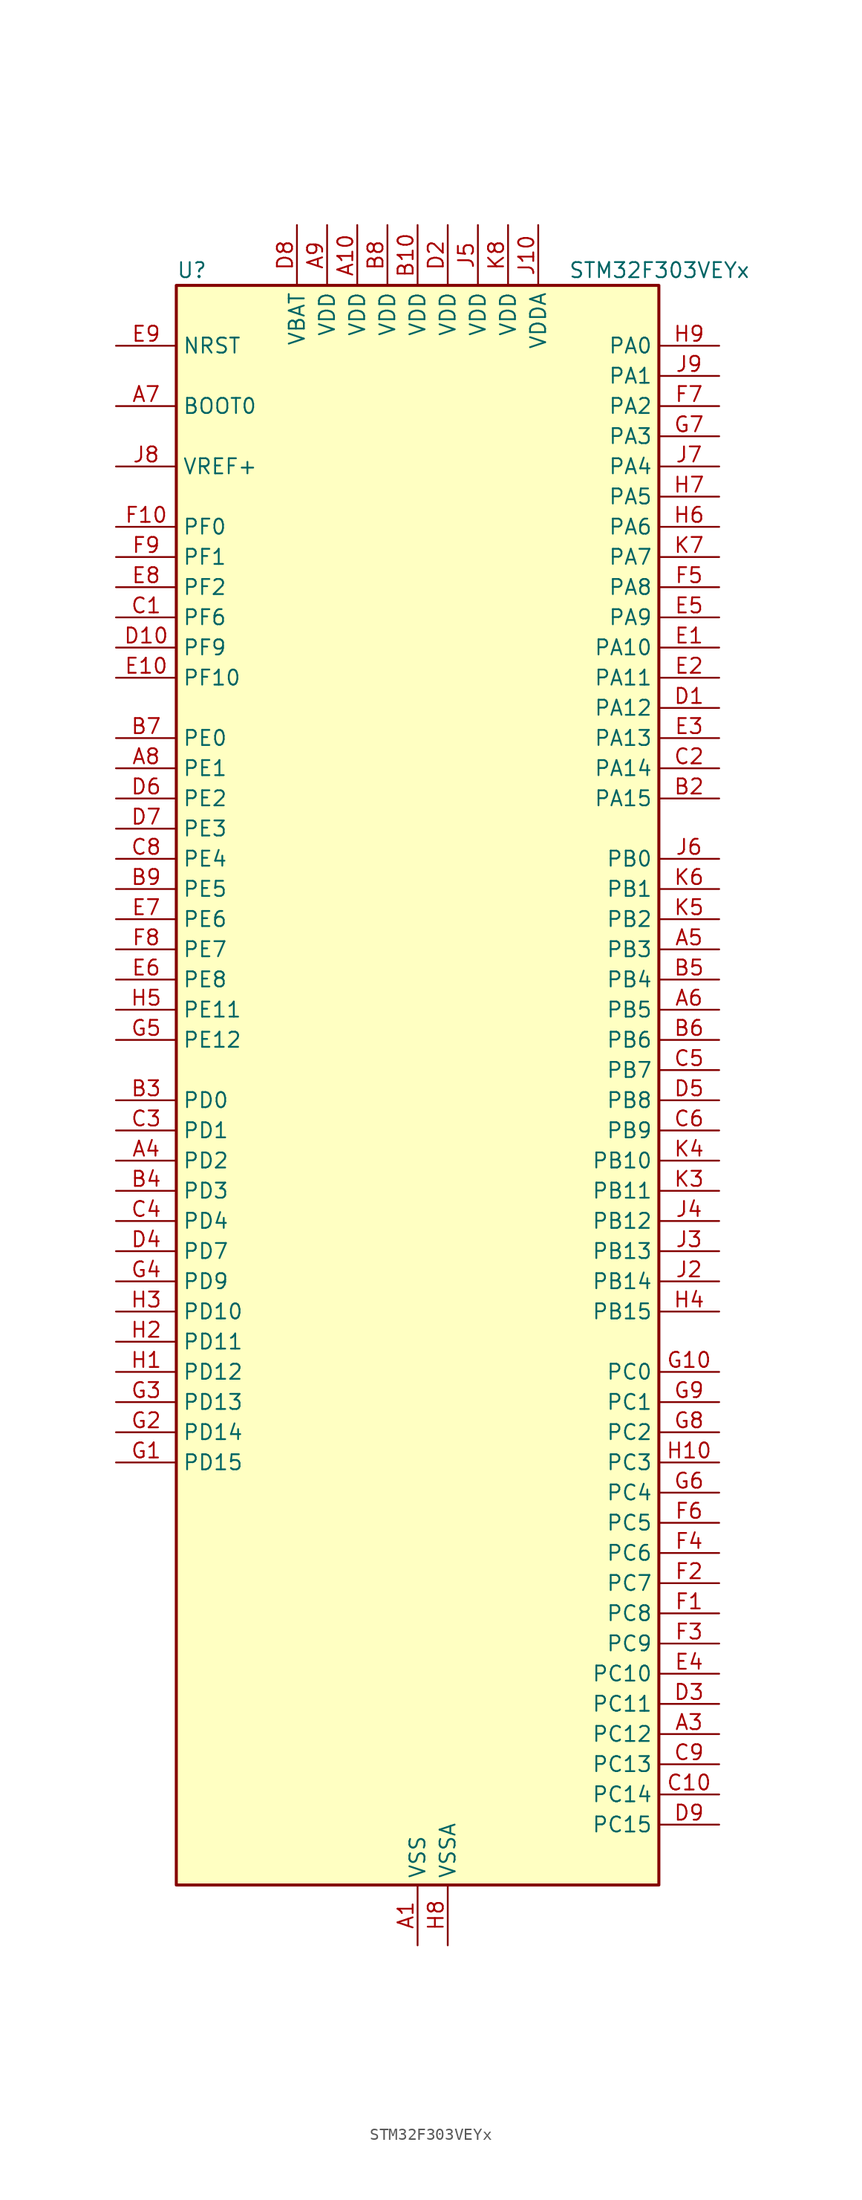
<source format=kicad_sym>
(kicad_symbol_lib
  (version 20241209)
  (generator "kicad_symbol_editor")
  (generator_version "9.0")
  (symbol "STM32F303VEYx"
    (property "Reference" "U"
      (at -20.32 69.85 0)
      (effects (font (size 1.27 1.27)) (justify left)))
    (property "Value" "STM32F303VEYx"
      (at 12.7 69.85 0)
      (effects (font (size 1.27 1.27)) (justify left)))
    (symbol "STM32F303VEYx_0_1"
      (rectangle (start -20.32 -66.04) (end 20.32 68.58) (stroke (width 0.254) (type default)) (fill (type background))))
    (symbol "STM32F303VEYx_1_1"
      (pin input line (at -25.4 63.5 0) (length 5.08) (name "NRST" (effects (font (size 1.27 1.27)))) (number "E9" (effects (font (size 1.27 1.27)))))
      (pin input line (at -25.4 58.42 0) (length 5.08) (name "BOOT0" (effects (font (size 1.27 1.27)))) (number "A7" (effects (font (size 1.27 1.27)))))
      (pin input line (at -25.4 53.34 0) (length 5.08) (name "VREF+" (effects (font (size 1.27 1.27)))) (number "J8" (effects (font (size 1.27 1.27)))))
      (pin bidirectional line (at -25.4 48.26 0) (length 5.08) (name "PF0" (effects (font (size 1.27 1.27)))) (number "F10" (effects (font (size 1.27 1.27)))) (alternate "I2C2_SDA" bidirectional line) (alternate "I2S2_WS" bidirectional line) (alternate "RCC_OSC_IN" bidirectional line) (alternate "SPI2_NSS" bidirectional line) (alternate "TIM1_CH3N" bidirectional line))
      (pin bidirectional line (at -25.4 45.72 0) (length 5.08) (name "PF1" (effects (font (size 1.27 1.27)))) (number "F9" (effects (font (size 1.27 1.27)))) (alternate "I2C2_SCL" bidirectional line) (alternate "I2S2_CK" bidirectional line) (alternate "RCC_OSC_OUT" bidirectional line) (alternate "SPI2_SCK" bidirectional line))
      (pin bidirectional line (at -25.4 43.18 0) (length 5.08) (name "PF2" (effects (font (size 1.27 1.27)))) (number "E8" (effects (font (size 1.27 1.27)))) (alternate "ADC1_IN10" bidirectional line) (alternate "ADC2_IN10" bidirectional line) (alternate "ADC3_EXTI2" bidirectional line) (alternate "ADC4_EXTI2" bidirectional line) (alternate "FMC_A2" bidirectional line) (alternate "TIM20_CH3" bidirectional line))
      (pin bidirectional line (at -25.4 40.64 0) (length 5.08) (name "PF6" (effects (font (size 1.27 1.27)))) (number "C1" (effects (font (size 1.27 1.27)))) (alternate "FMC_NIORD" bidirectional line) (alternate "I2C2_SCL" bidirectional line) (alternate "TIM4_CH4" bidirectional line) (alternate "USART3_DE" bidirectional line) (alternate "USART3_RTS" bidirectional line))
      (pin bidirectional line (at -25.4 38.1 0) (length 5.08) (name "PF9" (effects (font (size 1.27 1.27)))) (number "D10" (effects (font (size 1.27 1.27)))) (alternate "DAC1_EXTI9" bidirectional line) (alternate "FMC_CD" bidirectional line) (alternate "SPI2_SCK" bidirectional line) (alternate "TIM15_CH1" bidirectional line) (alternate "TIM20_BKIN" bidirectional line))
      (pin bidirectional line (at -25.4 35.56 0) (length 5.08) (name "PF10" (effects (font (size 1.27 1.27)))) (number "E10" (effects (font (size 1.27 1.27)))) (alternate "FMC_INTR" bidirectional line) (alternate "SPI2_SCK" bidirectional line) (alternate "TIM15_CH2" bidirectional line) (alternate "TIM20_BKIN2" bidirectional line))
      (pin bidirectional line (at -25.4 30.48 0) (length 5.08) (name "PE0" (effects (font (size 1.27 1.27)))) (number "B7" (effects (font (size 1.27 1.27)))) (alternate "FMC_NBL0" bidirectional line) (alternate "TIM16_CH1" bidirectional line) (alternate "TIM20_ETR" bidirectional line) (alternate "TIM4_ETR" bidirectional line) (alternate "USART1_TX" bidirectional line))
      (pin bidirectional line (at -25.4 27.94 0) (length 5.08) (name "PE1" (effects (font (size 1.27 1.27)))) (number "A8" (effects (font (size 1.27 1.27)))) (alternate "FMC_NBL1" bidirectional line) (alternate "TIM17_CH1" bidirectional line) (alternate "TIM20_CH4" bidirectional line) (alternate "USART1_RX" bidirectional line))
      (pin bidirectional line (at -25.4 25.4 0) (length 5.08) (name "PE2" (effects (font (size 1.27 1.27)))) (number "D6" (effects (font (size 1.27 1.27)))) (alternate "ADC3_EXTI2" bidirectional line) (alternate "ADC4_EXTI2" bidirectional line) (alternate "FMC_A23" bidirectional line) (alternate "SPI4_SCK" bidirectional line) (alternate "SYS_TRACECK" bidirectional line) (alternate "TIM20_CH1" bidirectional line) (alternate "TIM3_CH1" bidirectional line) (alternate "TSC_G7_IO1" bidirectional line))
      (pin bidirectional line (at -25.4 22.86 0) (length 5.08) (name "PE3" (effects (font (size 1.27 1.27)))) (number "D7" (effects (font (size 1.27 1.27)))) (alternate "FMC_A19" bidirectional line) (alternate "SPI4_NSS" bidirectional line) (alternate "SYS_TRACED0" bidirectional line) (alternate "TIM20_CH2" bidirectional line) (alternate "TIM3_CH2" bidirectional line) (alternate "TSC_G7_IO2" bidirectional line))
      (pin bidirectional line (at -25.4 20.32 0) (length 5.08) (name "PE4" (effects (font (size 1.27 1.27)))) (number "C8" (effects (font (size 1.27 1.27)))) (alternate "FMC_A20" bidirectional line) (alternate "SPI4_NSS" bidirectional line) (alternate "SYS_TRACED1" bidirectional line) (alternate "TIM20_CH1N" bidirectional line) (alternate "TIM3_CH3" bidirectional line) (alternate "TSC_G7_IO3" bidirectional line))
      (pin bidirectional line (at -25.4 17.78 0) (length 5.08) (name "PE5" (effects (font (size 1.27 1.27)))) (number "B9" (effects (font (size 1.27 1.27)))) (alternate "FMC_A21" bidirectional line) (alternate "SPI4_MISO" bidirectional line) (alternate "SYS_TRACED2" bidirectional line) (alternate "TIM20_CH2N" bidirectional line) (alternate "TIM3_CH4" bidirectional line) (alternate "TSC_G7_IO4" bidirectional line))
      (pin bidirectional line (at -25.4 15.24 0) (length 5.08) (name "PE6" (effects (font (size 1.27 1.27)))) (number "E7" (effects (font (size 1.27 1.27)))) (alternate "FMC_A22" bidirectional line) (alternate "RTC_TAMP3" bidirectional line) (alternate "SPI4_MOSI" bidirectional line) (alternate "SYS_TRACED3" bidirectional line) (alternate "SYS_WKUP3" bidirectional line) (alternate "TIM20_CH3N" bidirectional line))
      (pin bidirectional line (at -25.4 12.7 0) (length 5.08) (name "PE7" (effects (font (size 1.27 1.27)))) (number "F8" (effects (font (size 1.27 1.27)))) (alternate "ADC3_IN13" bidirectional line) (alternate "FMC_D4" bidirectional line) (alternate "FMC_DA4" bidirectional line) (alternate "TIM1_ETR" bidirectional line))
      (pin bidirectional line (at -25.4 10.16 0) (length 5.08) (name "PE8" (effects (font (size 1.27 1.27)))) (number "E6" (effects (font (size 1.27 1.27)))) (alternate "ADC3_IN6" bidirectional line) (alternate "ADC4_IN6" bidirectional line) (alternate "COMP4_INM" bidirectional line) (alternate "FMC_D5" bidirectional line) (alternate "FMC_DA5" bidirectional line) (alternate "TIM1_CH1N" bidirectional line))
      (pin bidirectional line (at -25.4 7.62 0) (length 5.08) (name "PE11" (effects (font (size 1.27 1.27)))) (number "H5" (effects (font (size 1.27 1.27)))) (alternate "ADC1_EXTI11" bidirectional line) (alternate "ADC2_EXTI11" bidirectional line) (alternate "ADC3_IN15" bidirectional line) (alternate "FMC_D8" bidirectional line) (alternate "FMC_DA8" bidirectional line) (alternate "SPI4_NSS" bidirectional line) (alternate "TIM1_CH2" bidirectional line))
      (pin bidirectional line (at -25.4 5.08 0) (length 5.08) (name "PE12" (effects (font (size 1.27 1.27)))) (number "G5" (effects (font (size 1.27 1.27)))) (alternate "ADC3_IN16" bidirectional line) (alternate "FMC_D9" bidirectional line) (alternate "FMC_DA9" bidirectional line) (alternate "SPI4_SCK" bidirectional line) (alternate "TIM1_CH3N" bidirectional line))
      (pin bidirectional line (at -25.4 0 0) (length 5.08) (name "PD0" (effects (font (size 1.27 1.27)))) (number "B3" (effects (font (size 1.27 1.27)))) (alternate "CAN_RX" bidirectional line) (alternate "FMC_D2" bidirectional line) (alternate "FMC_DA2" bidirectional line))
      (pin bidirectional line (at -25.4 -2.54 0) (length 5.08) (name "PD1" (effects (font (size 1.27 1.27)))) (number "C3" (effects (font (size 1.27 1.27)))) (alternate "CAN_TX" bidirectional line) (alternate "FMC_D3" bidirectional line) (alternate "FMC_DA3" bidirectional line) (alternate "TIM8_BKIN2" bidirectional line) (alternate "TIM8_CH4" bidirectional line))
      (pin bidirectional line (at -25.4 -5.08 0) (length 5.08) (name "PD2" (effects (font (size 1.27 1.27)))) (number "A4" (effects (font (size 1.27 1.27)))) (alternate "ADC3_EXTI2" bidirectional line) (alternate "ADC4_EXTI2" bidirectional line) (alternate "TIM3_ETR" bidirectional line) (alternate "TIM8_BKIN" bidirectional line) (alternate "UART5_RX" bidirectional line))
      (pin bidirectional line (at -25.4 -7.62 0) (length 5.08) (name "PD3" (effects (font (size 1.27 1.27)))) (number "B4" (effects (font (size 1.27 1.27)))) (alternate "FMC_CLK" bidirectional line) (alternate "TIM2_CH1" bidirectional line) (alternate "TIM2_ETR" bidirectional line) (alternate "USART2_CTS" bidirectional line))
      (pin bidirectional line (at -25.4 -10.16 0) (length 5.08) (name "PD4" (effects (font (size 1.27 1.27)))) (number "C4" (effects (font (size 1.27 1.27)))) (alternate "FMC_NOE" bidirectional line) (alternate "TIM2_CH2" bidirectional line) (alternate "USART2_DE" bidirectional line) (alternate "USART2_RTS" bidirectional line))
      (pin bidirectional line (at -25.4 -12.7 0) (length 5.08) (name "PD7" (effects (font (size 1.27 1.27)))) (number "D4" (effects (font (size 1.27 1.27)))) (alternate "FMC_NCE2" bidirectional line) (alternate "FMC_NE1" bidirectional line) (alternate "TIM2_CH3" bidirectional line) (alternate "USART2_CK" bidirectional line))
      (pin bidirectional line (at -25.4 -15.24 0) (length 5.08) (name "PD9" (effects (font (size 1.27 1.27)))) (number "G4" (effects (font (size 1.27 1.27)))) (alternate "ADC4_IN13" bidirectional line) (alternate "DAC1_EXTI9" bidirectional line) (alternate "FMC_D14" bidirectional line) (alternate "FMC_DA14" bidirectional line) (alternate "USART3_RX" bidirectional line))
      (pin bidirectional line (at -25.4 -17.78 0) (length 5.08) (name "PD10" (effects (font (size 1.27 1.27)))) (number "H3" (effects (font (size 1.27 1.27)))) (alternate "ADC3_IN7" bidirectional line) (alternate "ADC4_IN7" bidirectional line) (alternate "COMP6_INM" bidirectional line) (alternate "FMC_D15" bidirectional line) (alternate "FMC_DA15" bidirectional line) (alternate "USART3_CK" bidirectional line))
      (pin bidirectional line (at -25.4 -20.32 0) (length 5.08) (name "PD11" (effects (font (size 1.27 1.27)))) (number "H2" (effects (font (size 1.27 1.27)))) (alternate "ADC1_EXTI11" bidirectional line) (alternate "ADC2_EXTI11" bidirectional line) (alternate "ADC3_IN8" bidirectional line) (alternate "ADC4_IN8" bidirectional line) (alternate "FMC_A16" bidirectional line) (alternate "FMC_CLE" bidirectional line) (alternate "OPAMP4_VINP" bidirectional line) (alternate "OPAMP4_VINP_SEC" bidirectional line) (alternate "USART3_CTS" bidirectional line))
      (pin bidirectional line (at -25.4 -22.86 0) (length 5.08) (name "PD12" (effects (font (size 1.27 1.27)))) (number "H1" (effects (font (size 1.27 1.27)))) (alternate "ADC3_IN9" bidirectional line) (alternate "ADC4_IN9" bidirectional line) (alternate "FMC_A17" bidirectional line) (alternate "FMC_ALE" bidirectional line) (alternate "TIM4_CH1" bidirectional line) (alternate "TSC_G8_IO1" bidirectional line) (alternate "USART3_DE" bidirectional line) (alternate "USART3_RTS" bidirectional line))
      (pin bidirectional line (at -25.4 -25.4 0) (length 5.08) (name "PD13" (effects (font (size 1.27 1.27)))) (number "G3" (effects (font (size 1.27 1.27)))) (alternate "ADC3_IN10" bidirectional line) (alternate "ADC4_IN10" bidirectional line) (alternate "COMP5_INM" bidirectional line) (alternate "FMC_A18" bidirectional line) (alternate "TIM4_CH2" bidirectional line) (alternate "TSC_G8_IO2" bidirectional line))
      (pin bidirectional line (at -25.4 -27.94 0) (length 5.08) (name "PD14" (effects (font (size 1.27 1.27)))) (number "G2" (effects (font (size 1.27 1.27)))) (alternate "ADC3_IN11" bidirectional line) (alternate "ADC4_IN11" bidirectional line) (alternate "FMC_D0" bidirectional line) (alternate "FMC_DA0" bidirectional line) (alternate "OPAMP2_VINP" bidirectional line) (alternate "OPAMP2_VINP_SEC" bidirectional line) (alternate "TIM4_CH3" bidirectional line) (alternate "TSC_G8_IO3" bidirectional line))
      (pin bidirectional line (at -25.4 -30.48 0) (length 5.08) (name "PD15" (effects (font (size 1.27 1.27)))) (number "G1" (effects (font (size 1.27 1.27)))) (alternate "ADC1_EXTI15" bidirectional line) (alternate "ADC2_EXTI15" bidirectional line) (alternate "ADC3_EXTI15" bidirectional line) (alternate "ADC4_EXTI15" bidirectional line) (alternate "COMP3_INM" bidirectional line) (alternate "FMC_D1" bidirectional line) (alternate "FMC_DA1" bidirectional line) (alternate "SPI2_NSS" bidirectional line) (alternate "TIM4_CH4" bidirectional line) (alternate "TSC_G8_IO4" bidirectional line))
      (pin power_in line (at -10.16 73.66 270) (length 5.08) (name "VBAT" (effects (font (size 1.27 1.27)))) (number "D8" (effects (font (size 1.27 1.27)))))
      (pin power_in line (at -7.62 73.66 270) (length 5.08) (name "VDD" (effects (font (size 1.27 1.27)))) (number "A9" (effects (font (size 1.27 1.27)))))
      (pin power_in line (at -5.08 73.66 270) (length 5.08) (name "VDD" (effects (font (size 1.27 1.27)))) (number "A10" (effects (font (size 1.27 1.27)))))
      (pin power_in line (at -2.54 73.66 270) (length 5.08) (name "VDD" (effects (font (size 1.27 1.27)))) (number "B8" (effects (font (size 1.27 1.27)))))
      (pin power_in line (at 0 73.66 270) (length 5.08) (name "VDD" (effects (font (size 1.27 1.27)))) (number "B10" (effects (font (size 1.27 1.27)))))
      (pin power_in line (at 0 -71.12 90) (length 5.08) (name "VSS" (effects (font (size 1.27 1.27)))) (number "A1" (effects (font (size 1.27 1.27)))))
      (pin passive line (at 0 -71.12 90) (length 5.08) (hide yes) (name "VSS" (effects (font (size 1.27 1.27)))) (number "A2" (effects (font (size 1.27 1.27)))))
      (pin passive line (at 0 -71.12 90) (length 5.08) (hide yes) (name "VSS" (effects (font (size 1.27 1.27)))) (number "B1" (effects (font (size 1.27 1.27)))))
      (pin passive line (at 0 -71.12 90) (length 5.08) (hide yes) (name "VSS" (effects (font (size 1.27 1.27)))) (number "C7" (effects (font (size 1.27 1.27)))))
      (pin passive line (at 0 -71.12 90) (length 5.08) (hide yes) (name "VSS" (effects (font (size 1.27 1.27)))) (number "J1" (effects (font (size 1.27 1.27)))))
      (pin passive line (at 0 -71.12 90) (length 5.08) (hide yes) (name "VSS" (effects (font (size 1.27 1.27)))) (number "K1" (effects (font (size 1.27 1.27)))))
      (pin passive line (at 0 -71.12 90) (length 5.08) (hide yes) (name "VSS" (effects (font (size 1.27 1.27)))) (number "K10" (effects (font (size 1.27 1.27)))))
      (pin passive line (at 0 -71.12 90) (length 5.08) (hide yes) (name "VSS" (effects (font (size 1.27 1.27)))) (number "K2" (effects (font (size 1.27 1.27)))))
      (pin passive line (at 0 -71.12 90) (length 5.08) (hide yes) (name "VSS" (effects (font (size 1.27 1.27)))) (number "K9" (effects (font (size 1.27 1.27)))))
      (pin power_in line (at 2.54 73.66 270) (length 5.08) (name "VDD" (effects (font (size 1.27 1.27)))) (number "D2" (effects (font (size 1.27 1.27)))))
      (pin power_in line (at 2.54 -71.12 90) (length 5.08) (name "VSSA" (effects (font (size 1.27 1.27)))) (number "H8" (effects (font (size 1.27 1.27)))))
      (pin power_in line (at 5.08 73.66 270) (length 5.08) (name "VDD" (effects (font (size 1.27 1.27)))) (number "J5" (effects (font (size 1.27 1.27)))))
      (pin power_in line (at 7.62 73.66 270) (length 5.08) (name "VDD" (effects (font (size 1.27 1.27)))) (number "K8" (effects (font (size 1.27 1.27)))))
      (pin power_in line (at 10.16 73.66 270) (length 5.08) (name "VDDA" (effects (font (size 1.27 1.27)))) (number "J10" (effects (font (size 1.27 1.27)))))
      (pin bidirectional line (at 25.4 63.5 180) (length 5.08) (name "PA0" (effects (font (size 1.27 1.27)))) (number "H9" (effects (font (size 1.27 1.27)))) (alternate "ADC1_IN1" bidirectional line) (alternate "COMP1_INM" bidirectional line) (alternate "COMP1_OUT" bidirectional line) (alternate "RTC_TAMP2" bidirectional line) (alternate "SYS_WKUP1" bidirectional line) (alternate "TIM2_CH1" bidirectional line) (alternate "TIM2_ETR" bidirectional line) (alternate "TIM8_BKIN" bidirectional line) (alternate "TIM8_ETR" bidirectional line) (alternate "TSC_G1_IO1" bidirectional line) (alternate "USART2_CTS" bidirectional line))
      (pin bidirectional line (at 25.4 60.96 180) (length 5.08) (name "PA1" (effects (font (size 1.27 1.27)))) (number "J9" (effects (font (size 1.27 1.27)))) (alternate "ADC1_IN2" bidirectional line) (alternate "COMP1_INP" bidirectional line) (alternate "OPAMP1_VINP" bidirectional line) (alternate "OPAMP1_VINP_SEC" bidirectional line) (alternate "OPAMP3_VINP" bidirectional line) (alternate "OPAMP3_VINP_SEC" bidirectional line) (alternate "RTC_REFIN" bidirectional line) (alternate "TIM15_CH1N" bidirectional line) (alternate "TIM2_CH2" bidirectional line) (alternate "TSC_G1_IO2" bidirectional line) (alternate "USART2_DE" bidirectional line) (alternate "USART2_RTS" bidirectional line))
      (pin bidirectional line (at 25.4 58.42 180) (length 5.08) (name "PA2" (effects (font (size 1.27 1.27)))) (number "F7" (effects (font (size 1.27 1.27)))) (alternate "ADC1_IN3" bidirectional line) (alternate "ADC3_EXTI2" bidirectional line) (alternate "ADC4_EXTI2" bidirectional line) (alternate "COMP2_INM" bidirectional line) (alternate "COMP2_OUT" bidirectional line) (alternate "OPAMP1_VOUT" bidirectional line) (alternate "TIM15_CH1" bidirectional line) (alternate "TIM2_CH3" bidirectional line) (alternate "TSC_G1_IO3" bidirectional line) (alternate "USART2_TX" bidirectional line))
      (pin bidirectional line (at 25.4 55.88 180) (length 5.08) (name "PA3" (effects (font (size 1.27 1.27)))) (number "G7" (effects (font (size 1.27 1.27)))) (alternate "ADC1_IN4" bidirectional line) (alternate "OPAMP1_VINM" bidirectional line) (alternate "OPAMP1_VINM_SEC" bidirectional line) (alternate "OPAMP1_VINP" bidirectional line) (alternate "OPAMP1_VINP_SEC" bidirectional line) (alternate "TIM15_CH2" bidirectional line) (alternate "TIM2_CH4" bidirectional line) (alternate "TSC_G1_IO4" bidirectional line) (alternate "USART2_RX" bidirectional line))
      (pin bidirectional line (at 25.4 53.34 180) (length 5.08) (name "PA4" (effects (font (size 1.27 1.27)))) (number "J7" (effects (font (size 1.27 1.27)))) (alternate "ADC2_IN1" bidirectional line) (alternate "COMP1_INM" bidirectional line) (alternate "COMP2_INM" bidirectional line) (alternate "COMP3_INM" bidirectional line) (alternate "COMP4_INM" bidirectional line) (alternate "COMP5_INM" bidirectional line) (alternate "COMP6_INM" bidirectional line) (alternate "COMP7_INM" bidirectional line) (alternate "DAC1_OUT1" bidirectional line) (alternate "I2S3_WS" bidirectional line) (alternate "OPAMP4_VINP" bidirectional line) (alternate "OPAMP4_VINP_SEC" bidirectional line) (alternate "SPI1_NSS" bidirectional line) (alternate "SPI3_NSS" bidirectional line) (alternate "TIM3_CH2" bidirectional line) (alternate "TSC_G2_IO1" bidirectional line) (alternate "USART2_CK" bidirectional line))
      (pin bidirectional line (at 25.4 50.8 180) (length 5.08) (name "PA5" (effects (font (size 1.27 1.27)))) (number "H7" (effects (font (size 1.27 1.27)))) (alternate "ADC2_IN2" bidirectional line) (alternate "COMP1_INM" bidirectional line) (alternate "COMP2_INM" bidirectional line) (alternate "COMP3_INM" bidirectional line) (alternate "COMP4_INM" bidirectional line) (alternate "COMP5_INM" bidirectional line) (alternate "COMP6_INM" bidirectional line) (alternate "COMP7_INM" bidirectional line) (alternate "DAC1_OUT2" bidirectional line) (alternate "OPAMP1_VINP" bidirectional line) (alternate "OPAMP1_VINP_SEC" bidirectional line) (alternate "OPAMP2_VINM" bidirectional line) (alternate "OPAMP2_VINM_SEC" bidirectional line) (alternate "OPAMP3_VINP" bidirectional line) (alternate "OPAMP3_VINP_SEC" bidirectional line) (alternate "SPI1_SCK" bidirectional line) (alternate "TIM2_CH1" bidirectional line) (alternate "TIM2_ETR" bidirectional line) (alternate "TSC_G2_IO2" bidirectional line))
      (pin bidirectional line (at 25.4 48.26 180) (length 5.08) (name "PA6" (effects (font (size 1.27 1.27)))) (number "H6" (effects (font (size 1.27 1.27)))) (alternate "ADC2_IN3" bidirectional line) (alternate "COMP1_OUT" bidirectional line) (alternate "OPAMP2_VOUT" bidirectional line) (alternate "SPI1_MISO" bidirectional line) (alternate "TIM16_CH1" bidirectional line) (alternate "TIM1_BKIN" bidirectional line) (alternate "TIM3_CH1" bidirectional line) (alternate "TIM8_BKIN" bidirectional line) (alternate "TSC_G2_IO3" bidirectional line))
      (pin bidirectional line (at 25.4 45.72 180) (length 5.08) (name "PA7" (effects (font (size 1.27 1.27)))) (number "K7" (effects (font (size 1.27 1.27)))) (alternate "ADC2_IN4" bidirectional line) (alternate "COMP2_INP" bidirectional line) (alternate "OPAMP1_VINP" bidirectional line) (alternate "OPAMP1_VINP_SEC" bidirectional line) (alternate "OPAMP2_VINP" bidirectional line) (alternate "OPAMP2_VINP_SEC" bidirectional line) (alternate "SPI1_MOSI" bidirectional line) (alternate "TIM17_CH1" bidirectional line) (alternate "TIM1_CH1N" bidirectional line) (alternate "TIM3_CH2" bidirectional line) (alternate "TIM8_CH1N" bidirectional line) (alternate "TSC_G2_IO4" bidirectional line))
      (pin bidirectional line (at 25.4 43.18 180) (length 5.08) (name "PA8" (effects (font (size 1.27 1.27)))) (number "F5" (effects (font (size 1.27 1.27)))) (alternate "COMP3_OUT" bidirectional line) (alternate "I2C2_SMBA" bidirectional line) (alternate "I2C3_SCL" bidirectional line) (alternate "I2S2_MCK" bidirectional line) (alternate "RCC_MCO" bidirectional line) (alternate "TIM1_CH1" bidirectional line) (alternate "TIM4_ETR" bidirectional line) (alternate "USART1_CK" bidirectional line))
      (pin bidirectional line (at 25.4 40.64 180) (length 5.08) (name "PA9" (effects (font (size 1.27 1.27)))) (number "E5" (effects (font (size 1.27 1.27)))) (alternate "COMP5_OUT" bidirectional line) (alternate "DAC1_EXTI9" bidirectional line) (alternate "I2C2_SCL" bidirectional line) (alternate "I2C3_SMBA" bidirectional line) (alternate "I2S3_MCK" bidirectional line) (alternate "TIM15_BKIN" bidirectional line) (alternate "TIM1_CH2" bidirectional line) (alternate "TIM2_CH3" bidirectional line) (alternate "TSC_G4_IO1" bidirectional line) (alternate "USART1_TX" bidirectional line))
      (pin bidirectional line (at 25.4 38.1 180) (length 5.08) (name "PA10" (effects (font (size 1.27 1.27)))) (number "E1" (effects (font (size 1.27 1.27)))) (alternate "COMP6_OUT" bidirectional line) (alternate "I2C2_SDA" bidirectional line) (alternate "I2S2_ext_SD" bidirectional line) (alternate "SPI2_MISO" bidirectional line) (alternate "TIM17_BKIN" bidirectional line) (alternate "TIM1_CH3" bidirectional line) (alternate "TIM2_CH4" bidirectional line) (alternate "TIM8_BKIN" bidirectional line) (alternate "TSC_G4_IO2" bidirectional line) (alternate "USART1_RX" bidirectional line))
      (pin bidirectional line (at 25.4 35.56 180) (length 5.08) (name "PA11" (effects (font (size 1.27 1.27)))) (number "E2" (effects (font (size 1.27 1.27)))) (alternate "ADC1_EXTI11" bidirectional line) (alternate "ADC2_EXTI11" bidirectional line) (alternate "CAN_RX" bidirectional line) (alternate "COMP1_OUT" bidirectional line) (alternate "I2S2_SD" bidirectional line) (alternate "SPI2_MOSI" bidirectional line) (alternate "TIM1_BKIN2" bidirectional line) (alternate "TIM1_CH1N" bidirectional line) (alternate "TIM1_CH4" bidirectional line) (alternate "TIM4_CH1" bidirectional line) (alternate "USART1_CTS" bidirectional line) (alternate "USB_DM" bidirectional line))
      (pin bidirectional line (at 25.4 33.02 180) (length 5.08) (name "PA12" (effects (font (size 1.27 1.27)))) (number "D1" (effects (font (size 1.27 1.27)))) (alternate "CAN_TX" bidirectional line) (alternate "COMP2_OUT" bidirectional line) (alternate "I2S_CKIN" bidirectional line) (alternate "TIM16_CH1" bidirectional line) (alternate "TIM1_CH2N" bidirectional line) (alternate "TIM1_ETR" bidirectional line) (alternate "TIM4_CH2" bidirectional line) (alternate "USART1_DE" bidirectional line) (alternate "USART1_RTS" bidirectional line) (alternate "USB_DP" bidirectional line))
      (pin bidirectional line (at 25.4 30.48 180) (length 5.08) (name "PA13" (effects (font (size 1.27 1.27)))) (number "E3" (effects (font (size 1.27 1.27)))) (alternate "IR_OUT" bidirectional line) (alternate "SYS_JTMS-SWDIO" bidirectional line) (alternate "TIM16_CH1N" bidirectional line) (alternate "TIM4_CH3" bidirectional line) (alternate "TSC_G4_IO3" bidirectional line) (alternate "USART3_CTS" bidirectional line))
      (pin bidirectional line (at 25.4 27.94 180) (length 5.08) (name "PA14" (effects (font (size 1.27 1.27)))) (number "C2" (effects (font (size 1.27 1.27)))) (alternate "I2C1_SDA" bidirectional line) (alternate "SYS_JTCK-SWCLK" bidirectional line) (alternate "TIM1_BKIN" bidirectional line) (alternate "TIM8_CH2" bidirectional line) (alternate "TSC_G4_IO4" bidirectional line) (alternate "USART2_TX" bidirectional line))
      (pin bidirectional line (at 25.4 25.4 180) (length 5.08) (name "PA15" (effects (font (size 1.27 1.27)))) (number "B2" (effects (font (size 1.27 1.27)))) (alternate "ADC1_EXTI15" bidirectional line) (alternate "ADC2_EXTI15" bidirectional line) (alternate "ADC3_EXTI15" bidirectional line) (alternate "ADC4_EXTI15" bidirectional line) (alternate "I2C1_SCL" bidirectional line) (alternate "I2S3_WS" bidirectional line) (alternate "SPI1_NSS" bidirectional line) (alternate "SPI3_NSS" bidirectional line) (alternate "SYS_JTDI" bidirectional line) (alternate "TIM1_BKIN" bidirectional line) (alternate "TIM2_CH1" bidirectional line) (alternate "TIM2_ETR" bidirectional line) (alternate "TIM8_CH1" bidirectional line) (alternate "TSC_SYNC" bidirectional line) (alternate "USART2_RX" bidirectional line))
      (pin bidirectional line (at 25.4 20.32 180) (length 5.08) (name "PB0" (effects (font (size 1.27 1.27)))) (number "J6" (effects (font (size 1.27 1.27)))) (alternate "ADC3_IN12" bidirectional line) (alternate "COMP4_INP" bidirectional line) (alternate "OPAMP2_VINP" bidirectional line) (alternate "OPAMP2_VINP_SEC" bidirectional line) (alternate "OPAMP3_VINP" bidirectional line) (alternate "OPAMP3_VINP_SEC" bidirectional line) (alternate "TIM1_CH2N" bidirectional line) (alternate "TIM3_CH3" bidirectional line) (alternate "TIM8_CH2N" bidirectional line) (alternate "TSC_G3_IO2" bidirectional line))
      (pin bidirectional line (at 25.4 17.78 180) (length 5.08) (name "PB1" (effects (font (size 1.27 1.27)))) (number "K6" (effects (font (size 1.27 1.27)))) (alternate "ADC3_IN1" bidirectional line) (alternate "COMP4_OUT" bidirectional line) (alternate "OPAMP3_VOUT" bidirectional line) (alternate "TIM1_CH3N" bidirectional line) (alternate "TIM3_CH4" bidirectional line) (alternate "TIM8_CH3N" bidirectional line) (alternate "TSC_G3_IO3" bidirectional line))
      (pin bidirectional line (at 25.4 15.24 180) (length 5.08) (name "PB2" (effects (font (size 1.27 1.27)))) (number "K5" (effects (font (size 1.27 1.27)))) (alternate "ADC2_IN12" bidirectional line) (alternate "ADC3_EXTI2" bidirectional line) (alternate "ADC4_EXTI2" bidirectional line) (alternate "COMP4_INM" bidirectional line) (alternate "OPAMP3_VINM" bidirectional line) (alternate "OPAMP3_VINM_SEC" bidirectional line) (alternate "TSC_G3_IO4" bidirectional line))
      (pin bidirectional line (at 25.4 12.7 180) (length 5.08) (name "PB3" (effects (font (size 1.27 1.27)))) (number "A5" (effects (font (size 1.27 1.27)))) (alternate "I2S3_CK" bidirectional line) (alternate "SPI1_SCK" bidirectional line) (alternate "SPI3_SCK" bidirectional line) (alternate "SYS_JTDO-TRACESWO" bidirectional line) (alternate "TIM2_CH2" bidirectional line) (alternate "TIM3_ETR" bidirectional line) (alternate "TIM4_ETR" bidirectional line) (alternate "TIM8_CH1N" bidirectional line) (alternate "TSC_G5_IO1" bidirectional line) (alternate "USART2_TX" bidirectional line))
      (pin bidirectional line (at 25.4 10.16 180) (length 5.08) (name "PB4" (effects (font (size 1.27 1.27)))) (number "B5" (effects (font (size 1.27 1.27)))) (alternate "I2S3_ext_SD" bidirectional line) (alternate "SPI1_MISO" bidirectional line) (alternate "SPI3_MISO" bidirectional line) (alternate "SYS_NJTRST" bidirectional line) (alternate "TIM16_CH1" bidirectional line) (alternate "TIM17_BKIN" bidirectional line) (alternate "TIM3_CH1" bidirectional line) (alternate "TIM8_CH2N" bidirectional line) (alternate "TSC_G5_IO2" bidirectional line) (alternate "USART2_RX" bidirectional line))
      (pin bidirectional line (at 25.4 7.62 180) (length 5.08) (name "PB5" (effects (font (size 1.27 1.27)))) (number "A6" (effects (font (size 1.27 1.27)))) (alternate "I2C1_SMBA" bidirectional line) (alternate "I2C3_SDA" bidirectional line) (alternate "I2S3_SD" bidirectional line) (alternate "SPI1_MOSI" bidirectional line) (alternate "SPI3_MOSI" bidirectional line) (alternate "TIM16_BKIN" bidirectional line) (alternate "TIM17_CH1" bidirectional line) (alternate "TIM3_CH2" bidirectional line) (alternate "TIM8_CH3N" bidirectional line) (alternate "USART2_CK" bidirectional line))
      (pin bidirectional line (at 25.4 5.08 180) (length 5.08) (name "PB6" (effects (font (size 1.27 1.27)))) (number "B6" (effects (font (size 1.27 1.27)))) (alternate "I2C1_SCL" bidirectional line) (alternate "TIM16_CH1N" bidirectional line) (alternate "TIM4_CH1" bidirectional line) (alternate "TIM8_BKIN2" bidirectional line) (alternate "TIM8_CH1" bidirectional line) (alternate "TIM8_ETR" bidirectional line) (alternate "TSC_G5_IO3" bidirectional line) (alternate "USART1_TX" bidirectional line))
      (pin bidirectional line (at 25.4 2.54 180) (length 5.08) (name "PB7" (effects (font (size 1.27 1.27)))) (number "C5" (effects (font (size 1.27 1.27)))) (alternate "FMC_NL" bidirectional line) (alternate "I2C1_SDA" bidirectional line) (alternate "TIM17_CH1N" bidirectional line) (alternate "TIM3_CH4" bidirectional line) (alternate "TIM4_CH2" bidirectional line) (alternate "TIM8_BKIN" bidirectional line) (alternate "TSC_G5_IO4" bidirectional line) (alternate "USART1_RX" bidirectional line))
      (pin bidirectional line (at 25.4 0 180) (length 5.08) (name "PB8" (effects (font (size 1.27 1.27)))) (number "D5" (effects (font (size 1.27 1.27)))) (alternate "CAN_RX" bidirectional line) (alternate "COMP1_OUT" bidirectional line) (alternate "I2C1_SCL" bidirectional line) (alternate "TIM16_CH1" bidirectional line) (alternate "TIM1_BKIN" bidirectional line) (alternate "TIM4_CH3" bidirectional line) (alternate "TIM8_CH2" bidirectional line) (alternate "TSC_SYNC" bidirectional line) (alternate "USART3_RX" bidirectional line))
      (pin bidirectional line (at 25.4 -2.54 180) (length 5.08) (name "PB9" (effects (font (size 1.27 1.27)))) (number "C6" (effects (font (size 1.27 1.27)))) (alternate "CAN_TX" bidirectional line) (alternate "COMP2_OUT" bidirectional line) (alternate "DAC1_EXTI9" bidirectional line) (alternate "I2C1_SDA" bidirectional line) (alternate "IR_OUT" bidirectional line) (alternate "TIM17_CH1" bidirectional line) (alternate "TIM4_CH4" bidirectional line) (alternate "TIM8_CH3" bidirectional line) (alternate "USART3_TX" bidirectional line))
      (pin bidirectional line (at 25.4 -5.08 180) (length 5.08) (name "PB10" (effects (font (size 1.27 1.27)))) (number "K4" (effects (font (size 1.27 1.27)))) (alternate "COMP5_INM" bidirectional line) (alternate "OPAMP3_VINM" bidirectional line) (alternate "OPAMP3_VINM_SEC" bidirectional line) (alternate "OPAMP4_VINM" bidirectional line) (alternate "OPAMP4_VINM_SEC" bidirectional line) (alternate "TIM2_CH3" bidirectional line) (alternate "TSC_SYNC" bidirectional line) (alternate "USART3_TX" bidirectional line))
      (pin bidirectional line (at 25.4 -7.62 180) (length 5.08) (name "PB11" (effects (font (size 1.27 1.27)))) (number "K3" (effects (font (size 1.27 1.27)))) (alternate "ADC1_EXTI11" bidirectional line) (alternate "ADC1_IN14" bidirectional line) (alternate "ADC2_EXTI11" bidirectional line) (alternate "ADC2_IN14" bidirectional line) (alternate "COMP6_INP" bidirectional line) (alternate "OPAMP4_VINP" bidirectional line) (alternate "OPAMP4_VINP_SEC" bidirectional line) (alternate "TIM2_CH4" bidirectional line) (alternate "TSC_G6_IO1" bidirectional line) (alternate "USART3_RX" bidirectional line))
      (pin bidirectional line (at 25.4 -10.16 180) (length 5.08) (name "PB12" (effects (font (size 1.27 1.27)))) (number "J4" (effects (font (size 1.27 1.27)))) (alternate "ADC4_IN3" bidirectional line) (alternate "COMP3_INM" bidirectional line) (alternate "I2C2_SMBA" bidirectional line) (alternate "I2S2_WS" bidirectional line) (alternate "OPAMP4_VOUT" bidirectional line) (alternate "SPI2_NSS" bidirectional line) (alternate "TIM1_BKIN" bidirectional line) (alternate "TSC_G6_IO2" bidirectional line) (alternate "USART3_CK" bidirectional line))
      (pin bidirectional line (at 25.4 -12.7 180) (length 5.08) (name "PB13" (effects (font (size 1.27 1.27)))) (number "J3" (effects (font (size 1.27 1.27)))) (alternate "ADC3_IN5" bidirectional line) (alternate "COMP5_INP" bidirectional line) (alternate "I2S2_CK" bidirectional line) (alternate "OPAMP3_VINP" bidirectional line) (alternate "OPAMP3_VINP_SEC" bidirectional line) (alternate "OPAMP4_VINP" bidirectional line) (alternate "OPAMP4_VINP_SEC" bidirectional line) (alternate "SPI2_SCK" bidirectional line) (alternate "TIM1_CH1N" bidirectional line) (alternate "TSC_G6_IO3" bidirectional line) (alternate "USART3_CTS" bidirectional line))
      (pin bidirectional line (at 25.4 -15.24 180) (length 5.08) (name "PB14" (effects (font (size 1.27 1.27)))) (number "J2" (effects (font (size 1.27 1.27)))) (alternate "ADC4_IN4" bidirectional line) (alternate "COMP3_INP" bidirectional line) (alternate "I2S2_ext_SD" bidirectional line) (alternate "OPAMP2_VINP" bidirectional line) (alternate "OPAMP2_VINP_SEC" bidirectional line) (alternate "SPI2_MISO" bidirectional line) (alternate "TIM15_CH1" bidirectional line) (alternate "TIM1_CH2N" bidirectional line) (alternate "TSC_G6_IO4" bidirectional line) (alternate "USART3_DE" bidirectional line) (alternate "USART3_RTS" bidirectional line))
      (pin bidirectional line (at 25.4 -17.78 180) (length 5.08) (name "PB15" (effects (font (size 1.27 1.27)))) (number "H4" (effects (font (size 1.27 1.27)))) (alternate "ADC1_EXTI15" bidirectional line) (alternate "ADC2_EXTI15" bidirectional line) (alternate "ADC3_EXTI15" bidirectional line) (alternate "ADC4_EXTI15" bidirectional line) (alternate "ADC4_IN5" bidirectional line) (alternate "COMP6_INM" bidirectional line) (alternate "I2S2_SD" bidirectional line) (alternate "RTC_REFIN" bidirectional line) (alternate "SPI2_MOSI" bidirectional line) (alternate "TIM15_CH1N" bidirectional line) (alternate "TIM15_CH2" bidirectional line) (alternate "TIM1_CH3N" bidirectional line))
      (pin bidirectional line (at 25.4 -22.86 180) (length 5.08) (name "PC0" (effects (font (size 1.27 1.27)))) (number "G10" (effects (font (size 1.27 1.27)))) (alternate "ADC1_IN6" bidirectional line) (alternate "ADC2_IN6" bidirectional line) (alternate "COMP7_INM" bidirectional line) (alternate "TIM1_CH1" bidirectional line))
      (pin bidirectional line (at 25.4 -25.4 180) (length 5.08) (name "PC1" (effects (font (size 1.27 1.27)))) (number "G9" (effects (font (size 1.27 1.27)))) (alternate "ADC1_IN7" bidirectional line) (alternate "ADC2_IN7" bidirectional line) (alternate "COMP7_INP" bidirectional line) (alternate "TIM1_CH2" bidirectional line))
      (pin bidirectional line (at 25.4 -27.94 180) (length 5.08) (name "PC2" (effects (font (size 1.27 1.27)))) (number "G8" (effects (font (size 1.27 1.27)))) (alternate "ADC1_IN8" bidirectional line) (alternate "ADC2_IN8" bidirectional line) (alternate "ADC3_EXTI2" bidirectional line) (alternate "ADC4_EXTI2" bidirectional line) (alternate "COMP7_OUT" bidirectional line) (alternate "TIM1_CH3" bidirectional line))
      (pin bidirectional line (at 25.4 -30.48 180) (length 5.08) (name "PC3" (effects (font (size 1.27 1.27)))) (number "H10" (effects (font (size 1.27 1.27)))) (alternate "ADC1_IN9" bidirectional line) (alternate "ADC2_IN9" bidirectional line) (alternate "TIM1_BKIN2" bidirectional line) (alternate "TIM1_CH4" bidirectional line))
      (pin bidirectional line (at 25.4 -33.02 180) (length 5.08) (name "PC4" (effects (font (size 1.27 1.27)))) (number "G6" (effects (font (size 1.27 1.27)))) (alternate "ADC2_IN5" bidirectional line) (alternate "TIM1_ETR" bidirectional line) (alternate "USART1_TX" bidirectional line))
      (pin bidirectional line (at 25.4 -35.56 180) (length 5.08) (name "PC5" (effects (font (size 1.27 1.27)))) (number "F6" (effects (font (size 1.27 1.27)))) (alternate "ADC2_IN11" bidirectional line) (alternate "OPAMP1_VINM" bidirectional line) (alternate "OPAMP1_VINM_SEC" bidirectional line) (alternate "OPAMP2_VINM" bidirectional line) (alternate "OPAMP2_VINM_SEC" bidirectional line) (alternate "TIM15_BKIN" bidirectional line) (alternate "TSC_G3_IO1" bidirectional line) (alternate "USART1_RX" bidirectional line))
      (pin bidirectional line (at 25.4 -38.1 180) (length 5.08) (name "PC6" (effects (font (size 1.27 1.27)))) (number "F4" (effects (font (size 1.27 1.27)))) (alternate "COMP6_OUT" bidirectional line) (alternate "I2S2_MCK" bidirectional line) (alternate "TIM3_CH1" bidirectional line) (alternate "TIM8_CH1" bidirectional line))
      (pin bidirectional line (at 25.4 -40.64 180) (length 5.08) (name "PC7" (effects (font (size 1.27 1.27)))) (number "F2" (effects (font (size 1.27 1.27)))) (alternate "COMP5_OUT" bidirectional line) (alternate "I2S3_MCK" bidirectional line) (alternate "TIM3_CH2" bidirectional line) (alternate "TIM8_CH2" bidirectional line))
      (pin bidirectional line (at 25.4 -43.18 180) (length 5.08) (name "PC8" (effects (font (size 1.27 1.27)))) (number "F1" (effects (font (size 1.27 1.27)))) (alternate "COMP3_OUT" bidirectional line) (alternate "TIM3_CH3" bidirectional line) (alternate "TIM8_CH3" bidirectional line))
      (pin bidirectional line (at 25.4 -45.72 180) (length 5.08) (name "PC9" (effects (font (size 1.27 1.27)))) (number "F3" (effects (font (size 1.27 1.27)))) (alternate "DAC1_EXTI9" bidirectional line) (alternate "I2C3_SDA" bidirectional line) (alternate "I2S_CKIN" bidirectional line) (alternate "TIM3_CH4" bidirectional line) (alternate "TIM8_BKIN2" bidirectional line) (alternate "TIM8_CH4" bidirectional line))
      (pin bidirectional line (at 25.4 -48.26 180) (length 5.08) (name "PC10" (effects (font (size 1.27 1.27)))) (number "E4" (effects (font (size 1.27 1.27)))) (alternate "I2S3_CK" bidirectional line) (alternate "SPI3_SCK" bidirectional line) (alternate "TIM8_CH1N" bidirectional line) (alternate "UART4_TX" bidirectional line) (alternate "USART3_TX" bidirectional line))
      (pin bidirectional line (at 25.4 -50.8 180) (length 5.08) (name "PC11" (effects (font (size 1.27 1.27)))) (number "D3" (effects (font (size 1.27 1.27)))) (alternate "ADC1_EXTI11" bidirectional line) (alternate "ADC2_EXTI11" bidirectional line) (alternate "I2S3_ext_SD" bidirectional line) (alternate "SPI3_MISO" bidirectional line) (alternate "TIM8_CH2N" bidirectional line) (alternate "UART4_RX" bidirectional line) (alternate "USART3_RX" bidirectional line))
      (pin bidirectional line (at 25.4 -53.34 180) (length 5.08) (name "PC12" (effects (font (size 1.27 1.27)))) (number "A3" (effects (font (size 1.27 1.27)))) (alternate "I2S3_SD" bidirectional line) (alternate "SPI3_MOSI" bidirectional line) (alternate "TIM8_CH3N" bidirectional line) (alternate "UART5_TX" bidirectional line) (alternate "USART3_CK" bidirectional line))
      (pin bidirectional line (at 25.4 -55.88 180) (length 5.08) (name "PC13" (effects (font (size 1.27 1.27)))) (number "C9" (effects (font (size 1.27 1.27)))) (alternate "RTC_OUT_ALARM" bidirectional line) (alternate "RTC_OUT_CALIB" bidirectional line) (alternate "RTC_TAMP1" bidirectional line) (alternate "RTC_TS" bidirectional line) (alternate "SYS_WKUP2" bidirectional line) (alternate "TIM1_CH1N" bidirectional line))
      (pin bidirectional line (at 25.4 -58.42 180) (length 5.08) (name "PC14" (effects (font (size 1.27 1.27)))) (number "C10" (effects (font (size 1.27 1.27)))) (alternate "RCC_OSC32_IN" bidirectional line))
      (pin bidirectional line (at 25.4 -60.96 180) (length 5.08) (name "PC15" (effects (font (size 1.27 1.27)))) (number "D9" (effects (font (size 1.27 1.27)))) (alternate "ADC1_EXTI15" bidirectional line) (alternate "ADC2_EXTI15" bidirectional line) (alternate "ADC3_EXTI15" bidirectional line) (alternate "ADC4_EXTI15" bidirectional line) (alternate "RCC_OSC32_OUT" bidirectional line)))))
</source>
